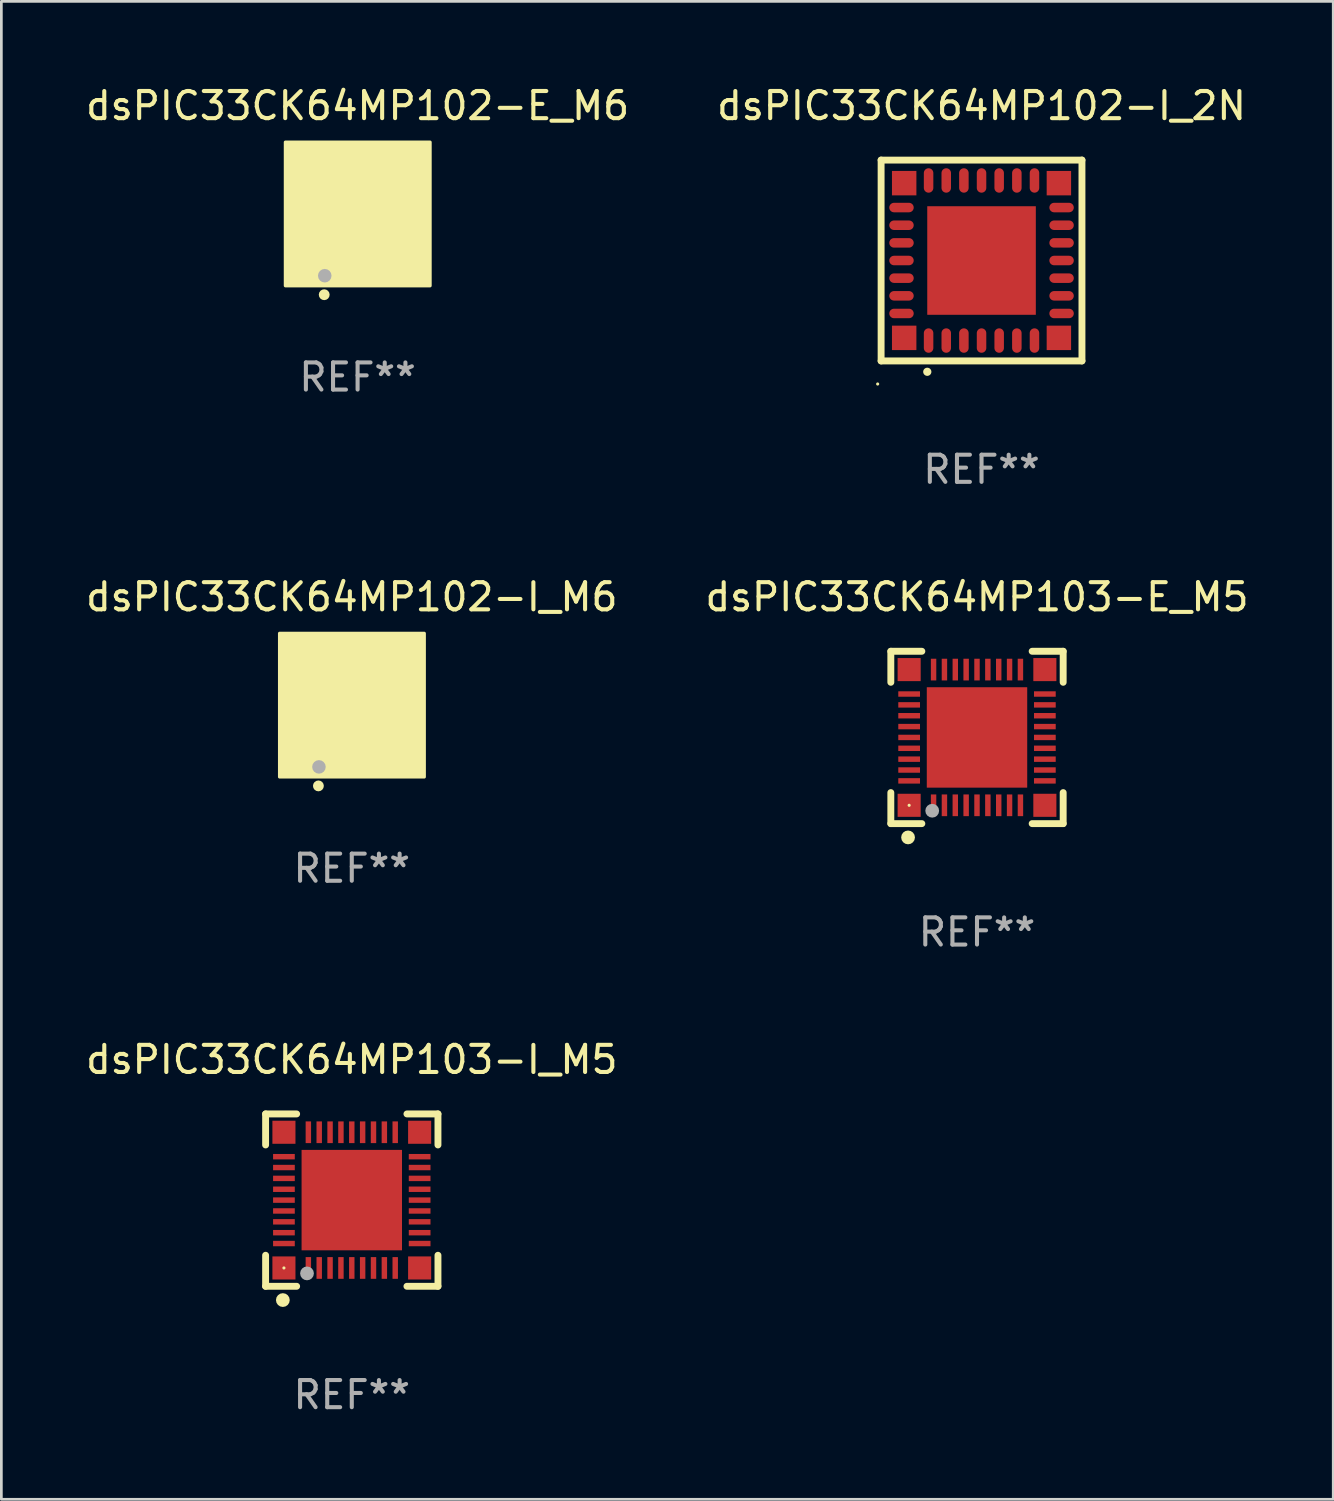
<source format=kicad_pcb>
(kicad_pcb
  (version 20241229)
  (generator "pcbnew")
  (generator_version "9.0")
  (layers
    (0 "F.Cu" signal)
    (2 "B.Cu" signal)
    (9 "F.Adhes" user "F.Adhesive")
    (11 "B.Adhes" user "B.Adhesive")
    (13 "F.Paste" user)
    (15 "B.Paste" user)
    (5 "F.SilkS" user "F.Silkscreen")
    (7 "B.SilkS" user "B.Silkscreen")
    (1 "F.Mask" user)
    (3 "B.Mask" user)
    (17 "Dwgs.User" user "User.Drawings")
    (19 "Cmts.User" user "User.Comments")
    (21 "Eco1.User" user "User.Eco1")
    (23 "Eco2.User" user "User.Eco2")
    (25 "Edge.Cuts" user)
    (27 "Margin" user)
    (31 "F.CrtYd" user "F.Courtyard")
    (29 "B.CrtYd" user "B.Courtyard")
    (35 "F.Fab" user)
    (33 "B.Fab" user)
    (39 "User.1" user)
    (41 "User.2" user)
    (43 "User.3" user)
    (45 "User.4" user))
  (footprint "dsPIC33CK64MP102-E_M6"
    (layer "F.Cu")
    (at 10.125 4.848)
    (property "Reference" "dsPIC33CK64MP102-E_M6" (at 0 -4 0) (layer "F.SilkS") (effects (font (size 1 1) (thickness 0.15))))
    (attr through_hole)
    (fp_circle (center -2 2) (end -1.97 2) (stroke (width 0.06) (type solid)) (fill no) (layer "F.SilkS"))
    (fp_circle (center -1.23 2.96) (end -1.13 2.96) (stroke (width 0.2) (type solid)) (fill no) (layer "F.SilkS"))
    (fp_poly (pts (xy -2.66 -2.66) (xy 2.67 -2.66) (xy 2.67 2.63) (xy -2.66 2.63)) (stroke (width 0.12) (type solid)) (fill yes) (layer "F.SilkS"))
    (fp_circle (center -1.21 2.26) (end -1.085 2.26) (stroke (width 0.25) (type solid)) (fill no) (layer "F.Fab"))
    (fp_text user "REF**" (at 0 6 0) (layer "F.Fab") (effects (font (size 1 1) (thickness 0.15))))
    (pad "1" smd rect (at -1.2 2 180) (size 0.2 0.85) (layers "F.Cu" "F.Mask" "F.Paste"))
    (pad "2" smd rect (at -0.8 2 180) (size 0.2 0.85) (layers "F.Cu" "F.Mask" "F.Paste"))
    (pad "3" smd rect (at -0.4 2 180) (size 0.2 0.85) (layers "F.Cu" "F.Mask" "F.Paste"))
    (pad "4" smd rect (at -0.000025 2 180) (size 0.2 0.85) (layers "F.Cu" "F.Mask" "F.Paste"))
    (pad "5" smd rect (at 0.4 2 180) (size 0.2 0.85) (layers "F.Cu" "F.Mask" "F.Paste"))
    (pad "6" smd rect (at 0.8 2 180) (size 0.2 0.85) (layers "F.Cu" "F.Mask" "F.Paste"))
    (pad "7" smd rect (at 1.2 2 180) (size 0.2 0.85) (layers "F.Cu" "F.Mask" "F.Paste"))
    (pad "8" smd rect (at 2 1.2 270) (size 0.2 0.85) (layers "F.Cu" "F.Mask" "F.Paste"))
    (pad "9" smd rect (at 2 0.8 270) (size 0.2 0.85) (layers "F.Cu" "F.Mask" "F.Paste"))
    (pad "10" smd rect (at 2 0.4 270) (size 0.2 0.85) (layers "F.Cu" "F.Mask" "F.Paste"))
    (pad "11" smd rect (at 2 -0.000025 270) (size 0.2 0.85) (layers "F.Cu" "F.Mask" "F.Paste"))
    (pad "12" smd rect (at 2 -0.4 270) (size 0.2 0.85) (layers "F.Cu" "F.Mask" "F.Paste"))
    (pad "13" smd rect (at 2 -0.8 270) (size 0.2 0.85) (layers "F.Cu" "F.Mask" "F.Paste"))
    (pad "14" smd rect (at 2 -1.2 270) (size 0.2 0.85) (layers "F.Cu" "F.Mask" "F.Paste"))
    (pad "15" smd rect (at 1.2 -2) (size 0.2 0.85) (layers "F.Cu" "F.Mask" "F.Paste"))
    (pad "16" smd rect (at 0.8 -2) (size 0.2 0.85) (layers "F.Cu" "F.Mask" "F.Paste"))
    (pad "17" smd rect (at 0.4 -2) (size 0.2 0.85) (layers "F.Cu" "F.Mask" "F.Paste"))
    (pad "18" smd rect (at -0.000051 -2) (size 0.2 0.85) (layers "F.Cu" "F.Mask" "F.Paste"))
    (pad "19" smd rect (at -0.4 -2) (size 0.2 0.85) (layers "F.Cu" "F.Mask" "F.Paste"))
    (pad "20" smd rect (at -0.8 -2) (size 0.2 0.85) (layers "F.Cu" "F.Mask" "F.Paste"))
    (pad "21" smd rect (at -1.2 -2) (size 0.2 0.85) (layers "F.Cu" "F.Mask" "F.Paste"))
    (pad "22" smd rect (at -2 -1.2 90) (size 0.2 0.85) (layers "F.Cu" "F.Mask" "F.Paste"))
    (pad "23" smd rect (at -2 -0.8 90) (size 0.2 0.85) (layers "F.Cu" "F.Mask" "F.Paste"))
    (pad "24" smd rect (at -2 -0.4 90) (size 0.2 0.85) (layers "F.Cu" "F.Mask" "F.Paste"))
    (pad "25" smd rect (at -2 -0.000025 90) (size 0.2 0.85) (layers "F.Cu" "F.Mask" "F.Paste"))
    (pad "26" smd rect (at -2 0.4 90) (size 0.2 0.85) (layers "F.Cu" "F.Mask" "F.Paste"))
    (pad "27" smd rect (at -2 0.8 90) (size 0.2 0.85) (layers "F.Cu" "F.Mask" "F.Paste"))
    (pad "28" smd rect (at -2 1.2 90) (size 0.2 0.85) (layers "F.Cu" "F.Mask" "F.Paste"))
    (pad "29" smd rect (at -1.95 -1.95 90) (size 0.78 0.78) (layers "F.Cu" "F.Mask" "F.Paste"))
    (pad "29" smd rect (at -1.95 1.95 90) (size 0.78 0.78) (layers "F.Cu" "F.Mask" "F.Paste"))
    (pad "29" smd rect (at 0.000254 0 90) (size 2 2) (layers "F.Cu" "F.Mask" "F.Paste"))
    (pad "29" smd rect (at 1.95 -1.95 90) (size 0.78 0.78) (layers "F.Cu" "F.Mask" "F.Paste"))
    (pad "29" smd rect (at 1.95 1.95 90) (size 0.78 0.78) (layers "F.Cu" "F.Mask" "F.Paste")))
  (footprint "dsPIC33CK64MP103-I_M5"
    (layer "F.Cu")
    (at 9.911 41.166)
    (property "Reference" "dsPIC33CK64MP103-I_M5" (at 0 -5.175 0) (layer "F.SilkS") (effects (font (size 1 1) (thickness 0.15))))
    (attr through_hole)
    (fp_line (start -3.175 -3.175) (end -2.032 -3.175) (stroke (width 0.254) (type solid)) (layer "F.SilkS"))
    (fp_line (start -3.175 -2.032) (end -3.175 -3.175) (stroke (width 0.254) (type solid)) (layer "F.SilkS"))
    (fp_line (start -3.175 3.175) (end -3.175 2.032) (stroke (width 0.254) (type solid)) (layer "F.SilkS"))
    (fp_line (start -2.032 3.175) (end -3.175 3.175) (stroke (width 0.254) (type solid)) (layer "F.SilkS"))
    (fp_line (start 2.032 -3.175) (end 3.175 -3.175) (stroke (width 0.254) (type solid)) (layer "F.SilkS"))
    (fp_line (start 3.175 -3.175) (end 3.175 -2.032) (stroke (width 0.254) (type solid)) (layer "F.SilkS"))
    (fp_line (start 3.175 2.032) (end 3.175 3.175) (stroke (width 0.254) (type solid)) (layer "F.SilkS"))
    (fp_line (start 3.175 3.175) (end 2.032 3.175) (stroke (width 0.254) (type solid)) (layer "F.SilkS"))
    (fp_circle (center -2.54 3.683) (end -2.413 3.683) (stroke (width 0.254) (type solid)) (fill no) (layer "F.SilkS"))
    (fp_circle (center -2.5 2.5) (end -2.47 2.5) (stroke (width 0.06) (type solid)) (fill no) (layer "F.SilkS"))
    (fp_circle (center -1.65 2.7) (end -1.523 2.7) (stroke (width 0.254) (type solid)) (fill no) (layer "F.Fab"))
    (fp_text user "REF**" (at 0 7.175 0) (layer "F.Fab") (effects (font (size 1 1) (thickness 0.15))))
    (pad "1" smd rect (at -1.6 2.5) (size 0.2 0.8) (layers "F.Cu" "F.Mask" "F.Paste"))
    (pad "2" smd rect (at -1.2 2.5) (size 0.2 0.8) (layers "F.Cu" "F.Mask" "F.Paste"))
    (pad "3" smd rect (at -0.8 2.5) (size 0.2 0.8) (layers "F.Cu" "F.Mask" "F.Paste"))
    (pad "4" smd rect (at -0.4 2.5) (size 0.2 0.8) (layers "F.Cu" "F.Mask" "F.Paste"))
    (pad "5" smd rect (at -0.000051 2.5) (size 0.2 0.8) (layers "F.Cu" "F.Mask" "F.Paste"))
    (pad "6" smd rect (at 0.4 2.5) (size 0.2 0.8) (layers "F.Cu" "F.Mask" "F.Paste"))
    (pad "7" smd rect (at 0.8 2.5) (size 0.2 0.8) (layers "F.Cu" "F.Mask" "F.Paste"))
    (pad "8" smd rect (at 1.2 2.5) (size 0.2 0.8) (layers "F.Cu" "F.Mask" "F.Paste"))
    (pad "9" smd rect (at 1.6 2.5) (size 0.2 0.8) (layers "F.Cu" "F.Mask" "F.Paste"))
    (pad "10" smd rect (at 2.5 1.6 90) (size 0.2 0.8) (layers "F.Cu" "F.Mask" "F.Paste"))
    (pad "11" smd rect (at 2.5 1.2 90) (size 0.2 0.8) (layers "F.Cu" "F.Mask" "F.Paste"))
    (pad "12" smd rect (at 2.5 0.8 90) (size 0.2 0.8) (layers "F.Cu" "F.Mask" "F.Paste"))
    (pad "13" smd rect (at 2.5 0.4 90) (size 0.2 0.8) (layers "F.Cu" "F.Mask" "F.Paste"))
    (pad "14" smd rect (at 2.5 -0.000051 90) (size 0.2 0.8) (layers "F.Cu" "F.Mask" "F.Paste"))
    (pad "15" smd rect (at 2.5 -0.4 90) (size 0.2 0.8) (layers "F.Cu" "F.Mask" "F.Paste"))
    (pad "16" smd rect (at 2.5 -0.8 90) (size 0.2 0.8) (layers "F.Cu" "F.Mask" "F.Paste"))
    (pad "17" smd rect (at 2.5 -1.2 90) (size 0.2 0.8) (layers "F.Cu" "F.Mask" "F.Paste"))
    (pad "18" smd rect (at 2.5 -1.6 90) (size 0.2 0.8) (layers "F.Cu" "F.Mask" "F.Paste"))
    (pad "19" smd rect (at 1.6 -2.5 180) (size 0.2 0.8) (layers "F.Cu" "F.Mask" "F.Paste"))
    (pad "20" smd rect (at 1.2 -2.5 180) (size 0.2 0.8) (layers "F.Cu" "F.Mask" "F.Paste"))
    (pad "21" smd rect (at 0.8 -2.5 180) (size 0.2 0.8) (layers "F.Cu" "F.Mask" "F.Paste"))
    (pad "22" smd rect (at 0.4 -2.5 180) (size 0.2 0.8) (layers "F.Cu" "F.Mask" "F.Paste"))
    (pad "23" smd rect (at -0.000051 -2.5 180) (size 0.2 0.8) (layers "F.Cu" "F.Mask" "F.Paste"))
    (pad "24" smd rect (at -0.4 -2.5 180) (size 0.2 0.8) (layers "F.Cu" "F.Mask" "F.Paste"))
    (pad "25" smd rect (at -0.8 -2.5 180) (size 0.2 0.8) (layers "F.Cu" "F.Mask" "F.Paste"))
    (pad "26" smd rect (at -1.2 -2.5 180) (size 0.2 0.8) (layers "F.Cu" "F.Mask" "F.Paste"))
    (pad "27" smd rect (at -1.6 -2.5 180) (size 0.2 0.8) (layers "F.Cu" "F.Mask" "F.Paste"))
    (pad "28" smd rect (at -2.5 -1.6 270) (size 0.2 0.8) (layers "F.Cu" "F.Mask" "F.Paste"))
    (pad "29" smd rect (at -2.5 -1.2 270) (size 0.2 0.8) (layers "F.Cu" "F.Mask" "F.Paste"))
    (pad "30" smd rect (at -2.5 -0.8 270) (size 0.2 0.8) (layers "F.Cu" "F.Mask" "F.Paste"))
    (pad "31" smd rect (at -2.5 -0.4 270) (size 0.2 0.8) (layers "F.Cu" "F.Mask" "F.Paste"))
    (pad "32" smd rect (at -2.5 -0.000051 270) (size 0.2 0.8) (layers "F.Cu" "F.Mask" "F.Paste"))
    (pad "33" smd rect (at -2.5 0.4 270) (size 0.2 0.8) (layers "F.Cu" "F.Mask" "F.Paste"))
    (pad "34" smd rect (at -2.5 0.8 270) (size 0.2 0.8) (layers "F.Cu" "F.Mask" "F.Paste"))
    (pad "35" smd rect (at -2.5 1.2 270) (size 0.2 0.8) (layers "F.Cu" "F.Mask" "F.Paste"))
    (pad "36" smd rect (at -2.5 1.6 270) (size 0.2 0.8) (layers "F.Cu" "F.Mask" "F.Paste"))
    (pad "37" smd rect (at -2.5 -2.5) (size 0.85 0.85) (layers "F.Cu" "F.Mask" "F.Paste"))
    (pad "37" smd rect (at -2.5 2.5) (size 0.85 0.85) (layers "F.Cu" "F.Mask" "F.Paste"))
    (pad "37" smd rect (at -0.000051 -0.000051) (size 3.7 3.7) (layers "F.Cu" "F.Mask" "F.Paste"))
    (pad "37" smd rect (at 2.5 -2.5) (size 0.85 0.85) (layers "F.Cu" "F.Mask" "F.Paste"))
    (pad "37" smd rect (at 2.5 2.5) (size 0.85 0.85) (layers "F.Cu" "F.Mask" "F.Paste")))
  (footprint "dsPIC33CK64MP102-I_M6"
    (layer "F.Cu")
    (at 9.911 22.945)
    (property "Reference" "dsPIC33CK64MP102-I_M6" (at 0 -4 0) (layer "F.SilkS") (effects (font (size 1 1) (thickness 0.15))))
    (attr through_hole)
    (fp_circle (center -2 2) (end -1.97 2) (stroke (width 0.06) (type solid)) (fill no) (layer "F.SilkS"))
    (fp_circle (center -1.23 2.96) (end -1.13 2.96) (stroke (width 0.2) (type solid)) (fill no) (layer "F.SilkS"))
    (fp_poly (pts (xy -2.66 -2.66) (xy 2.67 -2.66) (xy 2.67 2.63) (xy -2.66 2.63)) (stroke (width 0.12) (type solid)) (fill yes) (layer "F.SilkS"))
    (fp_circle (center -1.21 2.26) (end -1.085 2.26) (stroke (width 0.25) (type solid)) (fill no) (layer "F.Fab"))
    (fp_text user "REF**" (at 0 6 0) (layer "F.Fab") (effects (font (size 1 1) (thickness 0.15))))
    (pad "1" smd rect (at -1.2 2 180) (size 0.2 0.85) (layers "F.Cu" "F.Mask" "F.Paste"))
    (pad "2" smd rect (at -0.8 2 180) (size 0.2 0.85) (layers "F.Cu" "F.Mask" "F.Paste"))
    (pad "3" smd rect (at -0.4 2 180) (size 0.2 0.85) (layers "F.Cu" "F.Mask" "F.Paste"))
    (pad "4" smd rect (at -0.000025 2 180) (size 0.2 0.85) (layers "F.Cu" "F.Mask" "F.Paste"))
    (pad "5" smd rect (at 0.4 2 180) (size 0.2 0.85) (layers "F.Cu" "F.Mask" "F.Paste"))
    (pad "6" smd rect (at 0.8 2 180) (size 0.2 0.85) (layers "F.Cu" "F.Mask" "F.Paste"))
    (pad "7" smd rect (at 1.2 2 180) (size 0.2 0.85) (layers "F.Cu" "F.Mask" "F.Paste"))
    (pad "8" smd rect (at 2 1.2 270) (size 0.2 0.85) (layers "F.Cu" "F.Mask" "F.Paste"))
    (pad "9" smd rect (at 2 0.8 270) (size 0.2 0.85) (layers "F.Cu" "F.Mask" "F.Paste"))
    (pad "10" smd rect (at 2 0.4 270) (size 0.2 0.85) (layers "F.Cu" "F.Mask" "F.Paste"))
    (pad "11" smd rect (at 2 -0.000025 270) (size 0.2 0.85) (layers "F.Cu" "F.Mask" "F.Paste"))
    (pad "12" smd rect (at 2 -0.4 270) (size 0.2 0.85) (layers "F.Cu" "F.Mask" "F.Paste"))
    (pad "13" smd rect (at 2 -0.8 270) (size 0.2 0.85) (layers "F.Cu" "F.Mask" "F.Paste"))
    (pad "14" smd rect (at 2 -1.2 270) (size 0.2 0.85) (layers "F.Cu" "F.Mask" "F.Paste"))
    (pad "15" smd rect (at 1.2 -2) (size 0.2 0.85) (layers "F.Cu" "F.Mask" "F.Paste"))
    (pad "16" smd rect (at 0.8 -2) (size 0.2 0.85) (layers "F.Cu" "F.Mask" "F.Paste"))
    (pad "17" smd rect (at 0.4 -2) (size 0.2 0.85) (layers "F.Cu" "F.Mask" "F.Paste"))
    (pad "18" smd rect (at -0.000051 -2) (size 0.2 0.85) (layers "F.Cu" "F.Mask" "F.Paste"))
    (pad "19" smd rect (at -0.4 -2) (size 0.2 0.85) (layers "F.Cu" "F.Mask" "F.Paste"))
    (pad "20" smd rect (at -0.8 -2) (size 0.2 0.85) (layers "F.Cu" "F.Mask" "F.Paste"))
    (pad "21" smd rect (at -1.2 -2) (size 0.2 0.85) (layers "F.Cu" "F.Mask" "F.Paste"))
    (pad "22" smd rect (at -2 -1.2 90) (size 0.2 0.85) (layers "F.Cu" "F.Mask" "F.Paste"))
    (pad "23" smd rect (at -2 -0.8 90) (size 0.2 0.85) (layers "F.Cu" "F.Mask" "F.Paste"))
    (pad "24" smd rect (at -2 -0.4 90) (size 0.2 0.85) (layers "F.Cu" "F.Mask" "F.Paste"))
    (pad "25" smd rect (at -2 -0.000025 90) (size 0.2 0.85) (layers "F.Cu" "F.Mask" "F.Paste"))
    (pad "26" smd rect (at -2 0.4 90) (size 0.2 0.85) (layers "F.Cu" "F.Mask" "F.Paste"))
    (pad "27" smd rect (at -2 0.8 90) (size 0.2 0.85) (layers "F.Cu" "F.Mask" "F.Paste"))
    (pad "28" smd rect (at -2 1.2 90) (size 0.2 0.85) (layers "F.Cu" "F.Mask" "F.Paste"))
    (pad "29" smd rect (at -1.95 -1.95 90) (size 0.78 0.78) (layers "F.Cu" "F.Mask" "F.Paste"))
    (pad "29" smd rect (at -1.95 1.95 90) (size 0.78 0.78) (layers "F.Cu" "F.Mask" "F.Paste"))
    (pad "29" smd rect (at 0.000254 0 90) (size 2 2) (layers "F.Cu" "F.Mask" "F.Paste"))
    (pad "29" smd rect (at 1.95 -1.95 90) (size 0.78 0.78) (layers "F.Cu" "F.Mask" "F.Paste"))
    (pad "29" smd rect (at 1.95 1.95 90) (size 0.78 0.78) (layers "F.Cu" "F.Mask" "F.Paste")))
  (footprint "dsPIC33CK64MP103-E_M5"
    (layer "F.Cu")
    (at 32.946 24.12)
    (property "Reference" "dsPIC33CK64MP103-E_M5" (at 0 -5.175 0) (layer "F.SilkS") (effects (font (size 1 1) (thickness 0.15))))
    (attr through_hole)
    (fp_line (start -3.175 -3.175) (end -2.032 -3.175) (stroke (width 0.254) (type solid)) (layer "F.SilkS"))
    (fp_line (start -3.175 -2.032) (end -3.175 -3.175) (stroke (width 0.254) (type solid)) (layer "F.SilkS"))
    (fp_line (start -3.175 3.175) (end -3.175 2.032) (stroke (width 0.254) (type solid)) (layer "F.SilkS"))
    (fp_line (start -2.032 3.175) (end -3.175 3.175) (stroke (width 0.254) (type solid)) (layer "F.SilkS"))
    (fp_line (start 2.032 -3.175) (end 3.175 -3.175) (stroke (width 0.254) (type solid)) (layer "F.SilkS"))
    (fp_line (start 3.175 -3.175) (end 3.175 -2.032) (stroke (width 0.254) (type solid)) (layer "F.SilkS"))
    (fp_line (start 3.175 2.032) (end 3.175 3.175) (stroke (width 0.254) (type solid)) (layer "F.SilkS"))
    (fp_line (start 3.175 3.175) (end 2.032 3.175) (stroke (width 0.254) (type solid)) (layer "F.SilkS"))
    (fp_circle (center -2.54 3.683) (end -2.413 3.683) (stroke (width 0.254) (type solid)) (fill no) (layer "F.SilkS"))
    (fp_circle (center -2.5 2.5) (end -2.47 2.5) (stroke (width 0.06) (type solid)) (fill no) (layer "F.SilkS"))
    (fp_circle (center -1.65 2.7) (end -1.523 2.7) (stroke (width 0.254) (type solid)) (fill no) (layer "F.Fab"))
    (fp_text user "REF**" (at 0 7.175 0) (layer "F.Fab") (effects (font (size 1 1) (thickness 0.15))))
    (pad "1" smd rect (at -1.6 2.5) (size 0.2 0.8) (layers "F.Cu" "F.Mask" "F.Paste"))
    (pad "2" smd rect (at -1.2 2.5) (size 0.2 0.8) (layers "F.Cu" "F.Mask" "F.Paste"))
    (pad "3" smd rect (at -0.8 2.5) (size 0.2 0.8) (layers "F.Cu" "F.Mask" "F.Paste"))
    (pad "4" smd rect (at -0.4 2.5) (size 0.2 0.8) (layers "F.Cu" "F.Mask" "F.Paste"))
    (pad "5" smd rect (at -0.000051 2.5) (size 0.2 0.8) (layers "F.Cu" "F.Mask" "F.Paste"))
    (pad "6" smd rect (at 0.4 2.5) (size 0.2 0.8) (layers "F.Cu" "F.Mask" "F.Paste"))
    (pad "7" smd rect (at 0.8 2.5) (size 0.2 0.8) (layers "F.Cu" "F.Mask" "F.Paste"))
    (pad "8" smd rect (at 1.2 2.5) (size 0.2 0.8) (layers "F.Cu" "F.Mask" "F.Paste"))
    (pad "9" smd rect (at 1.6 2.5) (size 0.2 0.8) (layers "F.Cu" "F.Mask" "F.Paste"))
    (pad "10" smd rect (at 2.5 1.6 90) (size 0.2 0.8) (layers "F.Cu" "F.Mask" "F.Paste"))
    (pad "11" smd rect (at 2.5 1.2 90) (size 0.2 0.8) (layers "F.Cu" "F.Mask" "F.Paste"))
    (pad "12" smd rect (at 2.5 0.8 90) (size 0.2 0.8) (layers "F.Cu" "F.Mask" "F.Paste"))
    (pad "13" smd rect (at 2.5 0.4 90) (size 0.2 0.8) (layers "F.Cu" "F.Mask" "F.Paste"))
    (pad "14" smd rect (at 2.5 -0.000051 90) (size 0.2 0.8) (layers "F.Cu" "F.Mask" "F.Paste"))
    (pad "15" smd rect (at 2.5 -0.4 90) (size 0.2 0.8) (layers "F.Cu" "F.Mask" "F.Paste"))
    (pad "16" smd rect (at 2.5 -0.8 90) (size 0.2 0.8) (layers "F.Cu" "F.Mask" "F.Paste"))
    (pad "17" smd rect (at 2.5 -1.2 90) (size 0.2 0.8) (layers "F.Cu" "F.Mask" "F.Paste"))
    (pad "18" smd rect (at 2.5 -1.6 90) (size 0.2 0.8) (layers "F.Cu" "F.Mask" "F.Paste"))
    (pad "19" smd rect (at 1.6 -2.5 180) (size 0.2 0.8) (layers "F.Cu" "F.Mask" "F.Paste"))
    (pad "20" smd rect (at 1.2 -2.5 180) (size 0.2 0.8) (layers "F.Cu" "F.Mask" "F.Paste"))
    (pad "21" smd rect (at 0.8 -2.5 180) (size 0.2 0.8) (layers "F.Cu" "F.Mask" "F.Paste"))
    (pad "22" smd rect (at 0.4 -2.5 180) (size 0.2 0.8) (layers "F.Cu" "F.Mask" "F.Paste"))
    (pad "23" smd rect (at -0.000051 -2.5 180) (size 0.2 0.8) (layers "F.Cu" "F.Mask" "F.Paste"))
    (pad "24" smd rect (at -0.4 -2.5 180) (size 0.2 0.8) (layers "F.Cu" "F.Mask" "F.Paste"))
    (pad "25" smd rect (at -0.8 -2.5 180) (size 0.2 0.8) (layers "F.Cu" "F.Mask" "F.Paste"))
    (pad "26" smd rect (at -1.2 -2.5 180) (size 0.2 0.8) (layers "F.Cu" "F.Mask" "F.Paste"))
    (pad "27" smd rect (at -1.6 -2.5 180) (size 0.2 0.8) (layers "F.Cu" "F.Mask" "F.Paste"))
    (pad "28" smd rect (at -2.5 -1.6 270) (size 0.2 0.8) (layers "F.Cu" "F.Mask" "F.Paste"))
    (pad "29" smd rect (at -2.5 -1.2 270) (size 0.2 0.8) (layers "F.Cu" "F.Mask" "F.Paste"))
    (pad "30" smd rect (at -2.5 -0.8 270) (size 0.2 0.8) (layers "F.Cu" "F.Mask" "F.Paste"))
    (pad "31" smd rect (at -2.5 -0.4 270) (size 0.2 0.8) (layers "F.Cu" "F.Mask" "F.Paste"))
    (pad "32" smd rect (at -2.5 -0.000051 270) (size 0.2 0.8) (layers "F.Cu" "F.Mask" "F.Paste"))
    (pad "33" smd rect (at -2.5 0.4 270) (size 0.2 0.8) (layers "F.Cu" "F.Mask" "F.Paste"))
    (pad "34" smd rect (at -2.5 0.8 270) (size 0.2 0.8) (layers "F.Cu" "F.Mask" "F.Paste"))
    (pad "35" smd rect (at -2.5 1.2 270) (size 0.2 0.8) (layers "F.Cu" "F.Mask" "F.Paste"))
    (pad "36" smd rect (at -2.5 1.6 270) (size 0.2 0.8) (layers "F.Cu" "F.Mask" "F.Paste"))
    (pad "37" smd rect (at -2.5 -2.5) (size 0.85 0.85) (layers "F.Cu" "F.Mask" "F.Paste"))
    (pad "37" smd rect (at -2.5 2.5) (size 0.85 0.85) (layers "F.Cu" "F.Mask" "F.Paste"))
    (pad "37" smd rect (at -0.000051 -0.000051) (size 3.7 3.7) (layers "F.Cu" "F.Mask" "F.Paste"))
    (pad "37" smd rect (at 2.5 -2.5) (size 0.85 0.85) (layers "F.Cu" "F.Mask" "F.Paste"))
    (pad "37" smd rect (at 2.5 2.5) (size 0.85 0.85) (layers "F.Cu" "F.Mask" "F.Paste")))
  (footprint "dsPIC33CK64MP102-I_2N"
    (layer "F.Cu")
    (at 33.113 6.548)
    (property "Reference" "dsPIC33CK64MP102-I_2N" (at 0 -5.7 0) (layer "F.SilkS") (effects (font (size 1 1) (thickness 0.15))))
    (attr through_hole)
    (fp_line (start -3.7 -3.7) (end 3.7 -3.7) (stroke (width 0.254) (type solid)) (layer "F.SilkS"))
    (fp_line (start -3.7 3.7) (end -3.7 -3.7) (stroke (width 0.254) (type solid)) (layer "F.SilkS"))
    (fp_line (start 3.7 -3.7) (end 3.7 3.7) (stroke (width 0.254) (type solid)) (layer "F.SilkS"))
    (fp_line (start 3.7 3.7) (end -3.7 3.7) (stroke (width 0.254) (type solid)) (layer "F.SilkS"))
    (fp_arc (start -2 4.1) (mid -1.99873 4.099995) (end -1.99746 4.1) (stroke (width 0.3) (type solid)) (layer "F.SilkS"))
    (fp_circle (center -3.827 4.55) (end -3.797 4.55) (stroke (width 0.06) (type solid)) (fill no) (layer "F.SilkS"))
    (fp_text user "REF**" (at 0 7.7 0) (layer "F.Fab") (effects (font (size 1 1) (thickness 0.15))))
    (pad "1" smd oval (at -1.951 2.949 180) (size 0.35 0.9) (layers "F.Cu" "F.Mask" "F.Paste"))
    (pad "2" smd oval (at -1.3 2.949 180) (size 0.35 0.9) (layers "F.Cu" "F.Mask" "F.Paste"))
    (pad "3" smd oval (at -0.65 2.949 180) (size 0.35 0.9) (layers "F.Cu" "F.Mask" "F.Paste"))
    (pad "4" smd oval (at 0.000051 2.949 180) (size 0.35 0.9) (layers "F.Cu" "F.Mask" "F.Paste"))
    (pad "5" smd oval (at 0.65 2.949 180) (size 0.35 0.9) (layers "F.Cu" "F.Mask" "F.Paste"))
    (pad "6" smd oval (at 1.301 2.949 180) (size 0.35 0.9) (layers "F.Cu" "F.Mask" "F.Paste"))
    (pad "7" smd oval (at 1.951 2.949 180) (size 0.35 0.9) (layers "F.Cu" "F.Mask" "F.Paste"))
    (pad "8" smd oval (at 2.949 1.951 90) (size 0.35 0.9) (layers "F.Cu" "F.Mask" "F.Paste"))
    (pad "9" smd oval (at 2.949 1.301 90) (size 0.35 0.9) (layers "F.Cu" "F.Mask" "F.Paste"))
    (pad "10" smd oval (at 2.949 0.65 90) (size 0.35 0.9) (layers "F.Cu" "F.Mask" "F.Paste"))
    (pad "11" smd oval (at 2.949 0.000051 90) (size 0.35 0.9) (layers "F.Cu" "F.Mask" "F.Paste"))
    (pad "12" smd oval (at 2.949 -0.65 90) (size 0.35 0.9) (layers "F.Cu" "F.Mask" "F.Paste"))
    (pad "13" smd oval (at 2.949 -1.3 90) (size 0.35 0.9) (layers "F.Cu" "F.Mask" "F.Paste"))
    (pad "14" smd oval (at 2.949 -1.951 90) (size 0.35 0.9) (layers "F.Cu" "F.Mask" "F.Paste"))
    (pad "15" smd oval (at 1.951 -2.949 180) (size 0.35 0.9) (layers "F.Cu" "F.Mask" "F.Paste"))
    (pad "16" smd oval (at 1.301 -2.949 180) (size 0.35 0.9) (layers "F.Cu" "F.Mask" "F.Paste"))
    (pad "17" smd oval (at 0.65 -2.949 180) (size 0.35 0.9) (layers "F.Cu" "F.Mask" "F.Paste"))
    (pad "18" smd oval (at 0.000051 -2.949 180) (size 0.35 0.9) (layers "F.Cu" "F.Mask" "F.Paste"))
    (pad "19" smd oval (at -0.65 -2.949 180) (size 0.35 0.9) (layers "F.Cu" "F.Mask" "F.Paste"))
    (pad "20" smd oval (at -1.3 -2.949 180) (size 0.35 0.9) (layers "F.Cu" "F.Mask" "F.Paste"))
    (pad "21" smd oval (at -1.951 -2.949 180) (size 0.35 0.9) (layers "F.Cu" "F.Mask" "F.Paste"))
    (pad "22" smd oval (at -2.949 -1.951 90) (size 0.35 0.9) (layers "F.Cu" "F.Mask" "F.Paste"))
    (pad "23" smd oval (at -2.949 -1.3 90) (size 0.35 0.9) (layers "F.Cu" "F.Mask" "F.Paste"))
    (pad "24" smd oval (at -2.949 -0.65 90) (size 0.35 0.9) (layers "F.Cu" "F.Mask" "F.Paste"))
    (pad "25" smd oval (at -2.949 0.000051 90) (size 0.35 0.9) (layers "F.Cu" "F.Mask" "F.Paste"))
    (pad "26" smd oval (at -2.949 0.65 90) (size 0.35 0.9) (layers "F.Cu" "F.Mask" "F.Paste"))
    (pad "27" smd oval (at -2.949 1.301 90) (size 0.35 0.9) (layers "F.Cu" "F.Mask" "F.Paste"))
    (pad "28" smd oval (at -2.949 1.951 90) (size 0.35 0.9) (layers "F.Cu" "F.Mask" "F.Paste"))
    (pad "29" smd rect (at -2.85 -2.85 90) (size 0.9 0.9) (layers "F.Cu" "F.Mask" "F.Paste"))
    (pad "29" smd rect (at -2.85 2.85 90) (size 0.9 0.9) (layers "F.Cu" "F.Mask" "F.Paste"))
    (pad "29" smd rect (at 0.000051 0.000051 90) (size 4 4) (layers "F.Cu" "F.Mask" "F.Paste"))
    (pad "29" smd rect (at 2.85 -2.85 90) (size 0.9 0.9) (layers "F.Cu" "F.Mask" "F.Paste"))
    (pad "29" smd rect (at 2.85 2.85 90) (size 0.9 0.9) (layers "F.Cu" "F.Mask" "F.Paste")))
  (gr_rect
    (start -3 -3)
    (end 46.071 52.19)
    (stroke (width 0.1) (type default))
    (fill no)
    (layer "Edge.Cuts")))
</source>
